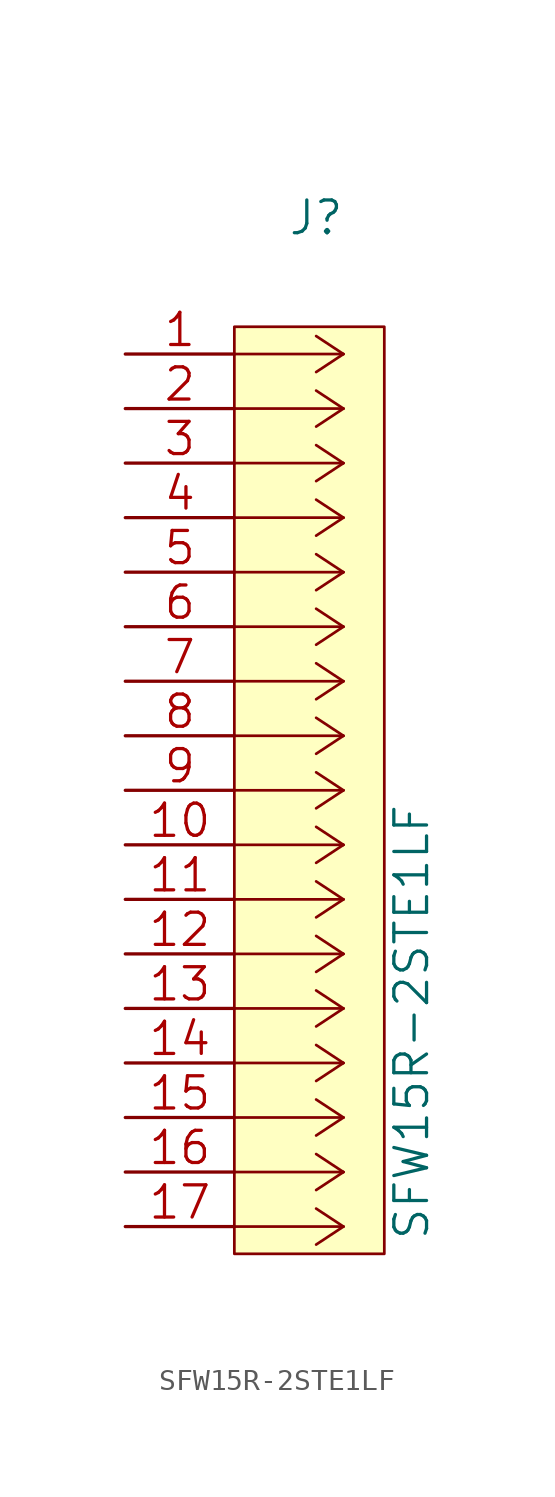
<source format=kicad_sym>
(kicad_symbol_lib
  (version 20220914)
  (generator kicad_symbol_editor)
  (symbol "SFW15R-2STE1LF"
    (pin_names
      (offset 0.254) hide)
    (property "Reference" "J"
      (at 8.89 6.35 0)
      (effects (font (size 1.524 1.524))))
    (property "Value" "SFW15R-2STE1LF"
      (at 13.335 -31.115 90)
      (effects (font (size 1.524 1.524))))
    (property "Datasheet" ""
      (at 0 0 0)
      (effects (font (size 1.524 1.524))))
    (symbol "SFW15R-2STE1LF_1_1"
      (polyline (pts (xy 10.16 -40.64) (xy 5.08 -40.64)) (stroke (width 0.127) (type solid)) (fill (type none)))
      (polyline (pts (xy 10.16 -40.64) (xy 8.89 -41.478)) (stroke (width 0.127) (type solid)) (fill (type none)))
      (polyline (pts (xy 10.16 -40.64) (xy 8.89 -39.802)) (stroke (width 0.127) (type solid)) (fill (type none)))
      (polyline (pts (xy 10.16 -38.1) (xy 5.08 -38.1)) (stroke (width 0.127) (type solid)) (fill (type none)))
      (polyline (pts (xy 10.16 -38.1) (xy 8.89 -38.938)) (stroke (width 0.127) (type solid)) (fill (type none)))
      (polyline (pts (xy 10.16 -38.1) (xy 8.89 -37.262)) (stroke (width 0.127) (type solid)) (fill (type none)))
      (polyline (pts (xy 10.16 -35.56) (xy 5.08 -35.56)) (stroke (width 0.127) (type solid)) (fill (type none)))
      (polyline (pts (xy 10.16 -35.56) (xy 8.89 -36.398)) (stroke (width 0.127) (type solid)) (fill (type none)))
      (polyline (pts (xy 10.16 -35.56) (xy 8.89 -34.722)) (stroke (width 0.127) (type solid)) (fill (type none)))
      (polyline (pts (xy 10.16 -33.02) (xy 5.08 -33.02)) (stroke (width 0.127) (type solid)) (fill (type none)))
      (polyline (pts (xy 10.16 -33.02) (xy 8.89 -33.858)) (stroke (width 0.127) (type solid)) (fill (type none)))
      (polyline (pts (xy 10.16 -33.02) (xy 8.89 -32.182)) (stroke (width 0.127) (type solid)) (fill (type none)))
      (polyline (pts (xy 10.16 -30.48) (xy 5.08 -30.48)) (stroke (width 0.127) (type solid)) (fill (type none)))
      (polyline (pts (xy 10.16 -30.48) (xy 8.89 -31.318)) (stroke (width 0.127) (type solid)) (fill (type none)))
      (polyline (pts (xy 10.16 -30.48) (xy 8.89 -29.642)) (stroke (width 0.127) (type solid)) (fill (type none)))
      (polyline (pts (xy 10.16 -27.94) (xy 5.08 -27.94)) (stroke (width 0.127) (type solid)) (fill (type none)))
      (polyline (pts (xy 10.16 -27.94) (xy 8.89 -28.778)) (stroke (width 0.127) (type solid)) (fill (type none)))
      (polyline (pts (xy 10.16 -27.94) (xy 8.89 -27.102)) (stroke (width 0.127) (type solid)) (fill (type none)))
      (polyline (pts (xy 10.16 -25.4) (xy 5.08 -25.4)) (stroke (width 0.127) (type solid)) (fill (type none)))
      (polyline (pts (xy 10.16 -25.4) (xy 8.89 -26.238)) (stroke (width 0.127) (type solid)) (fill (type none)))
      (polyline (pts (xy 10.16 -25.4) (xy 8.89 -24.562)) (stroke (width 0.127) (type solid)) (fill (type none)))
      (polyline (pts (xy 10.16 -22.86) (xy 5.08 -22.86)) (stroke (width 0.127) (type solid)) (fill (type none)))
      (polyline (pts (xy 10.16 -22.86) (xy 8.89 -23.698)) (stroke (width 0.127) (type solid)) (fill (type none)))
      (polyline (pts (xy 10.16 -22.86) (xy 8.89 -22.022)) (stroke (width 0.127) (type solid)) (fill (type none)))
      (polyline (pts (xy 10.16 -20.32) (xy 5.08 -20.32)) (stroke (width 0.127) (type solid)) (fill (type none)))
      (polyline (pts (xy 10.16 -20.32) (xy 8.89 -21.158)) (stroke (width 0.127) (type solid)) (fill (type none)))
      (polyline (pts (xy 10.16 -20.32) (xy 8.89 -19.482)) (stroke (width 0.127) (type solid)) (fill (type none)))
      (polyline (pts (xy 10.16 -17.78) (xy 5.08 -17.78)) (stroke (width 0.127) (type solid)) (fill (type none)))
      (polyline (pts (xy 10.16 -17.78) (xy 8.89 -18.618)) (stroke (width 0.127) (type solid)) (fill (type none)))
      (polyline (pts (xy 10.16 -17.78) (xy 8.89 -16.942)) (stroke (width 0.127) (type solid)) (fill (type none)))
      (polyline (pts (xy 10.16 -15.24) (xy 5.08 -15.24)) (stroke (width 0.127) (type solid)) (fill (type none)))
      (polyline (pts (xy 10.16 -15.24) (xy 8.89 -16.078)) (stroke (width 0.127) (type solid)) (fill (type none)))
      (polyline (pts (xy 10.16 -15.24) (xy 8.89 -14.402)) (stroke (width 0.127) (type solid)) (fill (type none)))
      (polyline (pts (xy 10.16 -12.7) (xy 5.08 -12.7)) (stroke (width 0.127) (type solid)) (fill (type none)))
      (polyline (pts (xy 10.16 -12.7) (xy 8.89 -13.538)) (stroke (width 0.127) (type solid)) (fill (type none)))
      (polyline (pts (xy 10.16 -12.7) (xy 8.89 -11.862)) (stroke (width 0.127) (type solid)) (fill (type none)))
      (polyline (pts (xy 10.16 -10.16) (xy 5.08 -10.16)) (stroke (width 0.127) (type solid)) (fill (type none)))
      (polyline (pts (xy 10.16 -10.16) (xy 8.89 -10.998)) (stroke (width 0.127) (type solid)) (fill (type none)))
      (polyline (pts (xy 10.16 -10.16) (xy 8.89 -9.322)) (stroke (width 0.127) (type solid)) (fill (type none)))
      (polyline (pts (xy 10.16 -7.62) (xy 5.08 -7.62)) (stroke (width 0.127) (type solid)) (fill (type none)))
      (polyline (pts (xy 10.16 -7.62) (xy 8.89 -8.458)) (stroke (width 0.127) (type solid)) (fill (type none)))
      (polyline (pts (xy 10.16 -7.62) (xy 8.89 -6.782)) (stroke (width 0.127) (type solid)) (fill (type none)))
      (polyline (pts (xy 10.16 -5.08) (xy 5.08 -5.08)) (stroke (width 0.127) (type solid)) (fill (type none)))
      (polyline (pts (xy 10.16 -5.08) (xy 8.89 -5.918)) (stroke (width 0.127) (type solid)) (fill (type none)))
      (polyline (pts (xy 10.16 -5.08) (xy 8.89 -4.242)) (stroke (width 0.127) (type solid)) (fill (type none)))
      (polyline (pts (xy 10.16 -2.54) (xy 5.08 -2.54)) (stroke (width 0.127) (type solid)) (fill (type none)))
      (polyline (pts (xy 10.16 -2.54) (xy 8.89 -3.378)) (stroke (width 0.127) (type solid)) (fill (type none)))
      (polyline (pts (xy 10.16 -2.54) (xy 8.89 -1.702)) (stroke (width 0.127) (type solid)) (fill (type none)))
      (polyline (pts (xy 10.16 0) (xy 5.08 0)) (stroke (width 0.127) (type solid)) (fill (type none)))
      (polyline (pts (xy 10.16 0) (xy 8.89 -0.838)) (stroke (width 0.127) (type solid)) (fill (type none)))
      (polyline (pts (xy 10.16 0) (xy 8.89 0.838)) (stroke (width 0.127) (type solid)) (fill (type none)))
      (rectangle (start 5.08 1.27) (end 12.065 -41.91) (stroke (width 0.127) (type solid)) (fill (type background)))
      (pin unspecified line (at 0 0 0) (length 5.08) (name "1" (effects (font (size 1.499 1.499)))) (number "1" (effects (font (size 1.499 1.499)))))
      (pin unspecified line (at 0 -22.86 0) (length 5.08) (name "10" (effects (font (size 1.499 1.499)))) (number "10" (effects (font (size 1.499 1.499)))))
      (pin unspecified line (at 0 -25.4 0) (length 5.08) (name "11" (effects (font (size 1.499 1.499)))) (number "11" (effects (font (size 1.499 1.499)))))
      (pin unspecified line (at 0 -27.94 0) (length 5.08) (name "12" (effects (font (size 1.499 1.499)))) (number "12" (effects (font (size 1.499 1.499)))))
      (pin unspecified line (at 0 -30.48 0) (length 5.08) (name "13" (effects (font (size 1.499 1.499)))) (number "13" (effects (font (size 1.499 1.499)))))
      (pin unspecified line (at 0 -33.02 0) (length 5.08) (name "14" (effects (font (size 1.499 1.499)))) (number "14" (effects (font (size 1.499 1.499)))))
      (pin unspecified line (at 0 -35.56 0) (length 5.08) (name "15" (effects (font (size 1.499 1.499)))) (number "15" (effects (font (size 1.499 1.499)))))
      (pin unspecified line (at 0 -38.1 0) (length 5.08) (name "16" (effects (font (size 1.499 1.499)))) (number "16" (effects (font (size 1.499 1.499)))))
      (pin unspecified line (at 0 -40.64 0) (length 5.08) (name "17" (effects (font (size 1.499 1.499)))) (number "17" (effects (font (size 1.499 1.499)))))
      (pin unspecified line (at 0 -2.54 0) (length 5.08) (name "2" (effects (font (size 1.499 1.499)))) (number "2" (effects (font (size 1.499 1.499)))))
      (pin unspecified line (at 0 -5.08 0) (length 5.08) (name "3" (effects (font (size 1.499 1.499)))) (number "3" (effects (font (size 1.499 1.499)))))
      (pin unspecified line (at 0 -7.62 0) (length 5.08) (name "4" (effects (font (size 1.499 1.499)))) (number "4" (effects (font (size 1.499 1.499)))))
      (pin unspecified line (at 0 -10.16 0) (length 5.08) (name "5" (effects (font (size 1.499 1.499)))) (number "5" (effects (font (size 1.499 1.499)))))
      (pin unspecified line (at 0 -12.7 0) (length 5.08) (name "6" (effects (font (size 1.499 1.499)))) (number "6" (effects (font (size 1.499 1.499)))))
      (pin unspecified line (at 0 -15.24 0) (length 5.08) (name "7" (effects (font (size 1.499 1.499)))) (number "7" (effects (font (size 1.499 1.499)))))
      (pin unspecified line (at 0 -17.78 0) (length 5.08) (name "8" (effects (font (size 1.499 1.499)))) (number "8" (effects (font (size 1.499 1.499)))))
      (pin unspecified line (at 0 -20.32 0) (length 5.08) (name "9" (effects (font (size 1.499 1.499)))) (number "9" (effects (font (size 1.499 1.499))))))))
</source>
